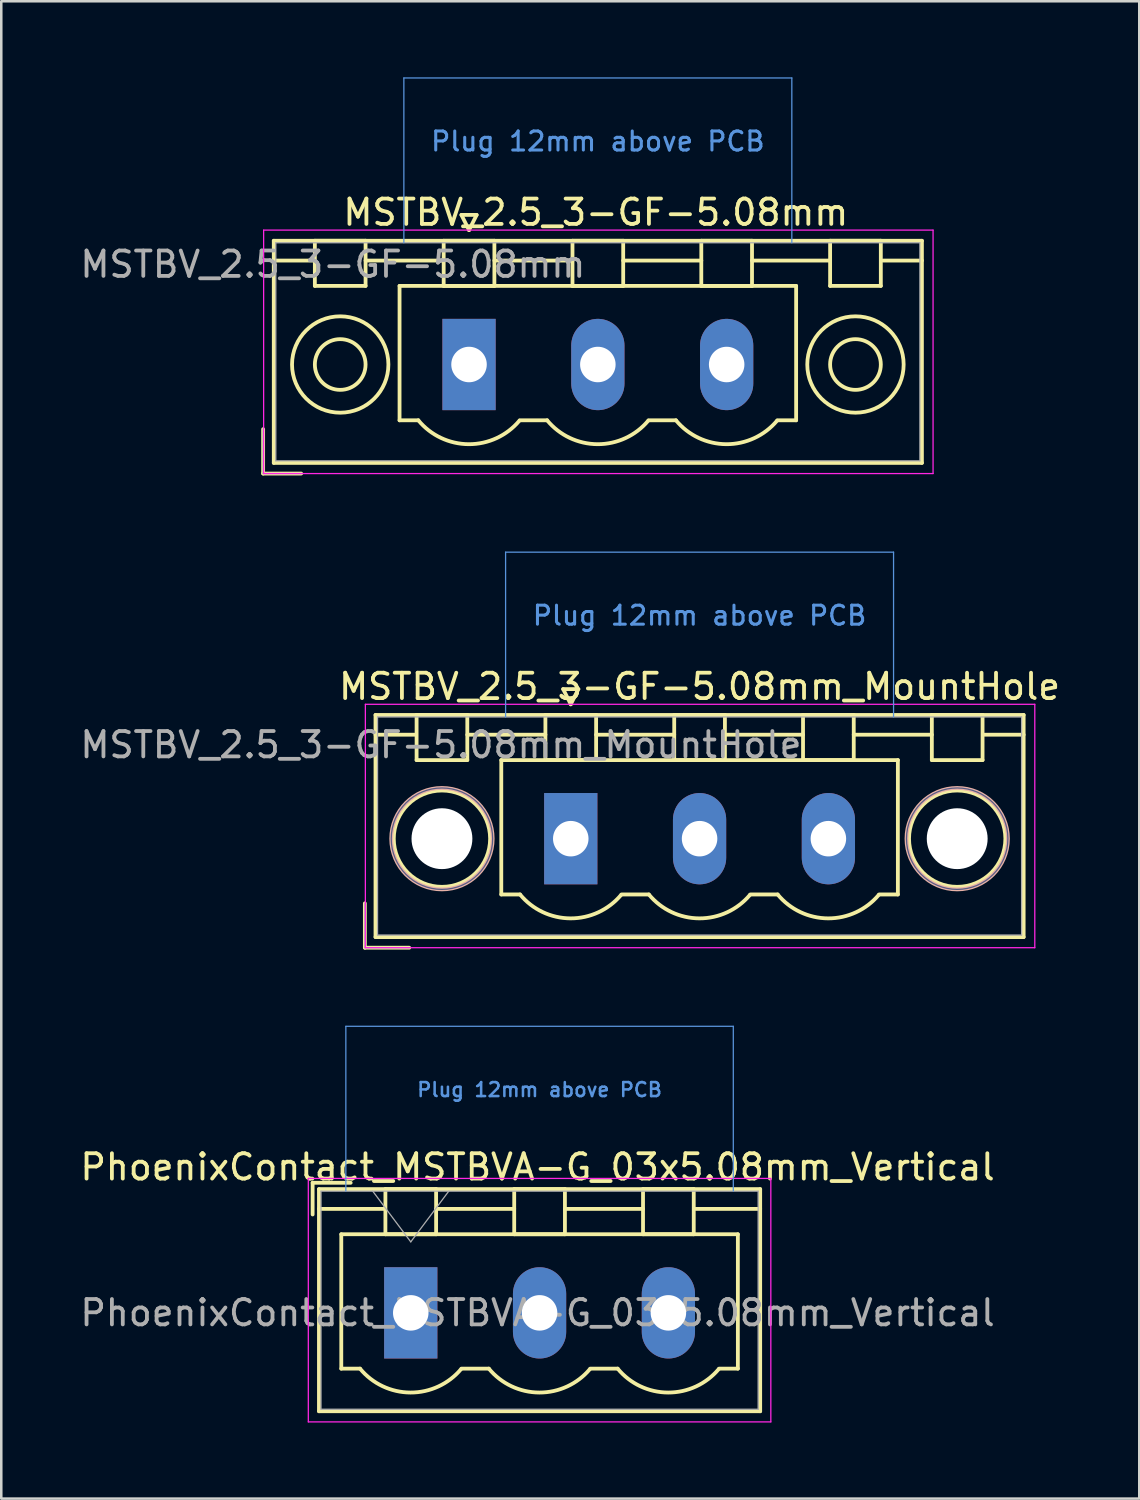
<source format=kicad_pcb>
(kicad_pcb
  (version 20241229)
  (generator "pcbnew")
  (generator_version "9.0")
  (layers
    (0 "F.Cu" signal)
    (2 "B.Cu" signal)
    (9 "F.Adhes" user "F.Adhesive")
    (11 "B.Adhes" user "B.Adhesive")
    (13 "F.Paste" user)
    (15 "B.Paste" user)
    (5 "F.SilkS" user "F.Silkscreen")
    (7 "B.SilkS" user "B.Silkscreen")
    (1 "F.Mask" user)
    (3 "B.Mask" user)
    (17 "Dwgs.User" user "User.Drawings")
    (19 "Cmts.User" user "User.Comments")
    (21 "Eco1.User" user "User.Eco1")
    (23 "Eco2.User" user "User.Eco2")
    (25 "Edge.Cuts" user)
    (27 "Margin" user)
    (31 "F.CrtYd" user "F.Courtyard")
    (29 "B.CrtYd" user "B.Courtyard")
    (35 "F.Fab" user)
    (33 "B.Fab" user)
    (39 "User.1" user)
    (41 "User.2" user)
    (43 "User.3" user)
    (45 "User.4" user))
  (footprint "MSTBV_2.5_3-GF-5.08mm_MountHole"
    (layer "F.Cu")
    (at 19.459 30.025)
    (property "Reference" "MSTBV_2.5_3-GF-5.08mm_MountHole" (at -5.12 -3.7 0) (layer "F.Fab") (effects (font (size 1 1) (thickness 0.15))))
    (attr through_hole)
    (fp_line (start -8.12 2.55) (end -8.12 4.3) (stroke (width 0.15) (type solid)) (layer "F.SilkS"))
    (fp_line (start -8.12 4.3) (end -6.37 4.3) (stroke (width 0.15) (type solid)) (layer "F.SilkS"))
    (fp_line (start -7.7 -4.88) (end -7.7 3.88) (stroke (width 0.15) (type solid)) (layer "F.SilkS"))
    (fp_line (start -7.7 -4.1) (end -6.16 -4.1) (stroke (width 0.15) (type solid)) (layer "F.SilkS"))
    (fp_line (start -7.7 3.88) (end 17.86 3.88) (stroke (width 0.15) (type solid)) (layer "F.SilkS"))
    (fp_line (start -6.08 -4.88) (end -4.08 -4.88) (stroke (width 0.15) (type solid)) (layer "F.SilkS"))
    (fp_line (start -6.08 -3.1) (end -6.08 -4.88) (stroke (width 0.15) (type solid)) (layer "F.SilkS"))
    (fp_line (start -4.08 -4.88) (end -4.08 -3.1) (stroke (width 0.15) (type solid)) (layer "F.SilkS"))
    (fp_line (start -4.08 -4.1) (end -1 -4.1) (stroke (width 0.15) (type solid)) (layer "F.SilkS"))
    (fp_line (start -4.08 -3.1) (end -6.08 -3.1) (stroke (width 0.15) (type solid)) (layer "F.SilkS"))
    (fp_line (start -2.74 -3.1) (end 12.9 -3.1) (stroke (width 0.15) (type solid)) (layer "F.SilkS"))
    (fp_line (start -2.74 2.2) (end -2.74 -3.1) (stroke (width 0.15) (type solid)) (layer "F.SilkS"))
    (fp_line (start -2 2.2) (end -2.74 2.2) (stroke (width 0.15) (type solid)) (layer "F.SilkS"))
    (fp_line (start -1 -4.88) (end 1 -4.88) (stroke (width 0.15) (type solid)) (layer "F.SilkS"))
    (fp_line (start -1 -3.1) (end -1 -4.88) (stroke (width 0.15) (type solid)) (layer "F.SilkS"))
    (fp_line (start -0.3 -5.9) (end 0 -5.3) (stroke (width 0.15) (type solid)) (layer "F.SilkS"))
    (fp_line (start 0 -5.3) (end 0.3 -5.9) (stroke (width 0.15) (type solid)) (layer "F.SilkS"))
    (fp_line (start 0.3 -5.9) (end -0.3 -5.9) (stroke (width 0.15) (type solid)) (layer "F.SilkS"))
    (fp_line (start 1 -4.88) (end 1 -3.1) (stroke (width 0.15) (type solid)) (layer "F.SilkS"))
    (fp_line (start 1 -4.1) (end 4.08 -4.1) (stroke (width 0.15) (type solid)) (layer "F.SilkS"))
    (fp_line (start 1 -3.1) (end -1 -3.1) (stroke (width 0.15) (type solid)) (layer "F.SilkS"))
    (fp_line (start 2 2.2) (end 3.08 2.2) (stroke (width 0.15) (type solid)) (layer "F.SilkS"))
    (fp_line (start 4.08 -4.88) (end 6.08 -4.88) (stroke (width 0.15) (type solid)) (layer "F.SilkS"))
    (fp_line (start 4.08 -3.1) (end 4.08 -4.88) (stroke (width 0.15) (type solid)) (layer "F.SilkS"))
    (fp_line (start 6.08 -4.88) (end 6.08 -3.1) (stroke (width 0.15) (type solid)) (layer "F.SilkS"))
    (fp_line (start 6.08 -4.1) (end 9.16 -4.1) (stroke (width 0.15) (type solid)) (layer "F.SilkS"))
    (fp_line (start 6.08 -3.1) (end 4.08 -3.1) (stroke (width 0.15) (type solid)) (layer "F.SilkS"))
    (fp_line (start 7.08 2.2) (end 8.16 2.2) (stroke (width 0.15) (type solid)) (layer "F.SilkS"))
    (fp_line (start 9.16 -4.88) (end 11.16 -4.88) (stroke (width 0.15) (type solid)) (layer "F.SilkS"))
    (fp_line (start 9.16 -3.1) (end 9.16 -4.88) (stroke (width 0.15) (type solid)) (layer "F.SilkS"))
    (fp_line (start 11.16 -4.88) (end 11.16 -3.1) (stroke (width 0.15) (type solid)) (layer "F.SilkS"))
    (fp_line (start 11.16 -4.1) (end 14.24 -4.1) (stroke (width 0.15) (type solid)) (layer "F.SilkS"))
    (fp_line (start 11.16 -3.1) (end 9.16 -3.1) (stroke (width 0.15) (type solid)) (layer "F.SilkS"))
    (fp_line (start 12.9 -3.1) (end 12.9 2.2) (stroke (width 0.15) (type solid)) (layer "F.SilkS"))
    (fp_line (start 12.9 2.2) (end 12.16 2.2) (stroke (width 0.15) (type solid)) (layer "F.SilkS"))
    (fp_line (start 14.24 -4.88) (end 16.24 -4.88) (stroke (width 0.15) (type solid)) (layer "F.SilkS"))
    (fp_line (start 14.24 -3.1) (end 14.24 -4.88) (stroke (width 0.15) (type solid)) (layer "F.SilkS"))
    (fp_line (start 16.24 -4.88) (end 16.24 -3.1) (stroke (width 0.15) (type solid)) (layer "F.SilkS"))
    (fp_line (start 16.24 -3.1) (end 14.24 -3.1) (stroke (width 0.15) (type solid)) (layer "F.SilkS"))
    (fp_line (start 17.86 -4.88) (end -7.7 -4.88) (stroke (width 0.15) (type solid)) (layer "F.SilkS"))
    (fp_line (start 17.86 -4.1) (end 16.32 -4.1) (stroke (width 0.15) (type solid)) (layer "F.SilkS"))
    (fp_line (start 17.86 3.88) (end 17.86 -4.88) (stroke (width 0.15) (type solid)) (layer "F.SilkS"))
    (fp_arc (start 1.986842 2.215821) (mid -0.010289 3.142758) (end -2 2.2) (stroke (width 0.15) (type solid)) (layer "F.SilkS"))
    (fp_arc (start 7.066842 2.215821) (mid 5.069711 3.142758) (end 3.08 2.2) (stroke (width 0.15) (type solid)) (layer "F.SilkS"))
    (fp_arc (start 12.146842 2.215821) (mid 10.149711 3.142758) (end 8.16 2.2) (stroke (width 0.15) (type solid)) (layer "F.SilkS"))
    (fp_circle (center -5.08 0) (end -3.18 0) (stroke (width 0.15) (type solid)) (fill no) (layer "F.SilkS"))
    (fp_circle (center 15.24 0) (end 17.14 0) (stroke (width 0.15) (type solid)) (fill no) (layer "F.SilkS"))
    (fp_circle (center -5.08 0) (end -3.08 0) (stroke (width 0.15) (type solid)) (fill no) (layer "B.SilkS"))
    (fp_circle (center 15.24 0) (end 17.24 0) (stroke (width 0.15) (type solid)) (fill no) (layer "B.SilkS"))
    (fp_line (start -2.57 -11.3) (end 12.73 -11.3) (stroke (width 0.05) (type solid)) (layer "Cmts.User"))
    (fp_line (start -2.57 -4.8) (end -2.57 -11.3) (stroke (width 0.05) (type solid)) (layer "Cmts.User"))
    (fp_line (start 12.73 -11.3) (end 12.73 -4.8) (stroke (width 0.05) (type solid)) (layer "Cmts.User"))
    (fp_line (start -8.1 -5.3) (end -8.1 4.3) (stroke (width 0.05) (type solid)) (layer "F.CrtYd"))
    (fp_line (start -8.1 4.3) (end 18.3 4.3) (stroke (width 0.05) (type solid)) (layer "F.CrtYd"))
    (fp_line (start 18.3 -5.3) (end -8.1 -5.3) (stroke (width 0.05) (type solid)) (layer "F.CrtYd"))
    (fp_line (start 18.3 4.3) (end 18.3 -5.3) (stroke (width 0.05) (type solid)) (layer "F.CrtYd"))
    (fp_circle (center -5.08 0) (end -3.08 0) (stroke (width 0.05) (type solid)) (fill no) (layer "B.Fab"))
    (fp_circle (center 15.24 0) (end 17.24 0) (stroke (width 0.05) (type solid)) (fill no) (layer "B.Fab"))
    (fp_line (start -8.12 2.55) (end -8.12 4.3) (stroke (width 0.05) (type solid)) (layer "F.Fab"))
    (fp_line (start -8.12 4.3) (end -6.37 4.3) (stroke (width 0.05) (type solid)) (layer "F.Fab"))
    (fp_line (start -7.62 -4.8) (end -7.62 3.8) (stroke (width 0.05) (type solid)) (layer "F.Fab"))
    (fp_line (start -7.62 3.8) (end 17.78 3.8) (stroke (width 0.05) (type solid)) (layer "F.Fab"))
    (fp_line (start 17.78 -4.8) (end -7.62 -4.8) (stroke (width 0.05) (type solid)) (layer "F.Fab"))
    (fp_line (start 17.78 3.8) (end 17.78 -4.8) (stroke (width 0.05) (type solid)) (layer "F.Fab"))
    (fp_text user "${REFERENCE}" (at 5.08 -6 0) (layer "F.SilkS") (effects (font (size 1 1) (thickness 0.15))))
    (fp_text user "Plug 12mm above PCB" (at 5.08 -8.8 0) (layer "Cmts.User") (effects (font (size 0.75 0.75) (thickness 0.12))))
    (pad "" np_thru_hole circle (at -5.08 0) (size 2.4 2.4) (drill 2.4) (layers "*.Cu" "*.Mask"))
    (pad "" np_thru_hole circle (at 15.24 0) (size 2.4 2.4) (drill 2.4) (layers "*.Cu" "*.Mask"))
    (pad "1" thru_hole rect (at 0 0) (size 2.1 3.6) (drill 1.4) (layers "*.Cu" "*.Mask"))
    (pad "2" thru_hole oval (at 5.08 0) (size 2.1 3.6) (drill 1.4) (layers "*.Cu" "*.Mask"))
    (pad "3" thru_hole oval (at 10.16 0) (size 2.1 3.6) (drill 1.4) (layers "*.Cu" "*.Mask")))
  (footprint "MSTBV_2.5_3-GF-5.08mm"
    (layer "F.Cu")
    (at 15.447 11.325)
    (property "Reference" "MSTBV_2.5_3-GF-5.08mm" (at -5.37 -3.95 0) (layer "F.Fab") (effects (font (size 1 1) (thickness 0.15))))
    (attr through_hole)
    (fp_line (start -8.12 2.55) (end -8.12 4.3) (stroke (width 0.15) (type solid)) (layer "F.SilkS"))
    (fp_line (start -8.12 4.3) (end -6.62 4.3) (stroke (width 0.15) (type solid)) (layer "F.SilkS"))
    (fp_line (start -7.7 -4.88) (end -7.7 3.88) (stroke (width 0.15) (type solid)) (layer "F.SilkS"))
    (fp_line (start -7.7 -4.1) (end -6.16 -4.1) (stroke (width 0.15) (type solid)) (layer "F.SilkS"))
    (fp_line (start -7.7 3.88) (end 17.86 3.88) (stroke (width 0.15) (type solid)) (layer "F.SilkS"))
    (fp_line (start -6.08 -4.88) (end -4.08 -4.88) (stroke (width 0.15) (type solid)) (layer "F.SilkS"))
    (fp_line (start -6.08 -3.1) (end -6.08 -4.88) (stroke (width 0.15) (type solid)) (layer "F.SilkS"))
    (fp_line (start -4.08 -4.88) (end -4.08 -3.1) (stroke (width 0.15) (type solid)) (layer "F.SilkS"))
    (fp_line (start -4.08 -4.1) (end -1 -4.1) (stroke (width 0.15) (type solid)) (layer "F.SilkS"))
    (fp_line (start -4.08 -3.1) (end -6.08 -3.1) (stroke (width 0.15) (type solid)) (layer "F.SilkS"))
    (fp_line (start -2.74 -3.1) (end 12.9 -3.1) (stroke (width 0.15) (type solid)) (layer "F.SilkS"))
    (fp_line (start -2.74 2.2) (end -2.74 -3.1) (stroke (width 0.15) (type solid)) (layer "F.SilkS"))
    (fp_line (start -2 2.2) (end -2.74 2.2) (stroke (width 0.15) (type solid)) (layer "F.SilkS"))
    (fp_line (start -1 -4.88) (end 1 -4.88) (stroke (width 0.15) (type solid)) (layer "F.SilkS"))
    (fp_line (start -1 -3.1) (end -1 -4.88) (stroke (width 0.15) (type solid)) (layer "F.SilkS"))
    (fp_line (start -0.3 -5.9) (end 0 -5.3) (stroke (width 0.15) (type solid)) (layer "F.SilkS"))
    (fp_line (start 0 -5.3) (end 0.3 -5.9) (stroke (width 0.15) (type solid)) (layer "F.SilkS"))
    (fp_line (start 0.3 -5.9) (end -0.3 -5.9) (stroke (width 0.15) (type solid)) (layer "F.SilkS"))
    (fp_line (start 1 -4.88) (end 1 -3.1) (stroke (width 0.15) (type solid)) (layer "F.SilkS"))
    (fp_line (start 1 -4.1) (end 4.08 -4.1) (stroke (width 0.15) (type solid)) (layer "F.SilkS"))
    (fp_line (start 1 -3.1) (end -1 -3.1) (stroke (width 0.15) (type solid)) (layer "F.SilkS"))
    (fp_line (start 2 2.2) (end 3.08 2.2) (stroke (width 0.15) (type solid)) (layer "F.SilkS"))
    (fp_line (start 4.08 -4.88) (end 6.08 -4.88) (stroke (width 0.15) (type solid)) (layer "F.SilkS"))
    (fp_line (start 4.08 -3.1) (end 4.08 -4.88) (stroke (width 0.15) (type solid)) (layer "F.SilkS"))
    (fp_line (start 6.08 -4.88) (end 6.08 -3.1) (stroke (width 0.15) (type solid)) (layer "F.SilkS"))
    (fp_line (start 6.08 -4.1) (end 9.16 -4.1) (stroke (width 0.15) (type solid)) (layer "F.SilkS"))
    (fp_line (start 6.08 -3.1) (end 4.08 -3.1) (stroke (width 0.15) (type solid)) (layer "F.SilkS"))
    (fp_line (start 7.08 2.2) (end 8.16 2.2) (stroke (width 0.15) (type solid)) (layer "F.SilkS"))
    (fp_line (start 9.16 -4.88) (end 11.16 -4.88) (stroke (width 0.15) (type solid)) (layer "F.SilkS"))
    (fp_line (start 9.16 -3.1) (end 9.16 -4.88) (stroke (width 0.15) (type solid)) (layer "F.SilkS"))
    (fp_line (start 11.16 -4.88) (end 11.16 -3.1) (stroke (width 0.15) (type solid)) (layer "F.SilkS"))
    (fp_line (start 11.16 -4.1) (end 14.24 -4.1) (stroke (width 0.15) (type solid)) (layer "F.SilkS"))
    (fp_line (start 11.16 -3.1) (end 9.16 -3.1) (stroke (width 0.15) (type solid)) (layer "F.SilkS"))
    (fp_line (start 12.9 -3.1) (end 12.9 2.2) (stroke (width 0.15) (type solid)) (layer "F.SilkS"))
    (fp_line (start 12.9 2.2) (end 12.16 2.2) (stroke (width 0.15) (type solid)) (layer "F.SilkS"))
    (fp_line (start 14.24 -4.88) (end 16.24 -4.88) (stroke (width 0.15) (type solid)) (layer "F.SilkS"))
    (fp_line (start 14.24 -3.1) (end 14.24 -4.88) (stroke (width 0.15) (type solid)) (layer "F.SilkS"))
    (fp_line (start 16.24 -4.88) (end 16.24 -3.1) (stroke (width 0.15) (type solid)) (layer "F.SilkS"))
    (fp_line (start 16.24 -3.1) (end 14.24 -3.1) (stroke (width 0.15) (type solid)) (layer "F.SilkS"))
    (fp_line (start 17.86 -4.88) (end -7.7 -4.88) (stroke (width 0.15) (type solid)) (layer "F.SilkS"))
    (fp_line (start 17.86 -4.1) (end 16.32 -4.1) (stroke (width 0.15) (type solid)) (layer "F.SilkS"))
    (fp_line (start 17.86 3.88) (end 17.86 -4.88) (stroke (width 0.15) (type solid)) (layer "F.SilkS"))
    (fp_arc (start 1.986842 2.215821) (mid -0.010289 3.142758) (end -2 2.2) (stroke (width 0.15) (type solid)) (layer "F.SilkS"))
    (fp_arc (start 7.066842 2.215821) (mid 5.069711 3.142758) (end 3.08 2.2) (stroke (width 0.15) (type solid)) (layer "F.SilkS"))
    (fp_arc (start 12.146842 2.215821) (mid 10.149711 3.142758) (end 8.16 2.2) (stroke (width 0.15) (type solid)) (layer "F.SilkS"))
    (fp_circle (center -5.08 0) (end -4.08 0) (stroke (width 0.15) (type solid)) (fill no) (layer "F.SilkS"))
    (fp_circle (center -5.08 0) (end -3.18 0) (stroke (width 0.15) (type solid)) (fill no) (layer "F.SilkS"))
    (fp_circle (center 15.24 0) (end 16.24 0) (stroke (width 0.15) (type solid)) (fill no) (layer "F.SilkS"))
    (fp_circle (center 15.24 0) (end 17.14 0) (stroke (width 0.15) (type solid)) (fill no) (layer "F.SilkS"))
    (fp_line (start -2.57 -11.3) (end 12.73 -11.3) (stroke (width 0.05) (type solid)) (layer "Cmts.User"))
    (fp_line (start -2.57 -4.8) (end -2.57 -11.3) (stroke (width 0.05) (type solid)) (layer "Cmts.User"))
    (fp_line (start 12.73 -11.3) (end 12.73 -4.8) (stroke (width 0.05) (type solid)) (layer "Cmts.User"))
    (fp_line (start -8.1 -5.3) (end -8.1 4.3) (stroke (width 0.05) (type solid)) (layer "F.CrtYd"))
    (fp_line (start -8.1 4.3) (end 18.3 4.3) (stroke (width 0.05) (type solid)) (layer "F.CrtYd"))
    (fp_line (start 18.3 -5.3) (end -8.1 -5.3) (stroke (width 0.05) (type solid)) (layer "F.CrtYd"))
    (fp_line (start 18.3 4.3) (end 18.3 -5.3) (stroke (width 0.05) (type solid)) (layer "F.CrtYd"))
    (fp_line (start -8.12 2.55) (end -8.12 4.3) (stroke (width 0.05) (type solid)) (layer "F.Fab"))
    (fp_line (start -8.12 4.3) (end -6.62 4.3) (stroke (width 0.05) (type solid)) (layer "F.Fab"))
    (fp_line (start -7.62 -4.8) (end -7.62 3.8) (stroke (width 0.05) (type solid)) (layer "F.Fab"))
    (fp_line (start -7.62 3.8) (end 17.78 3.8) (stroke (width 0.05) (type solid)) (layer "F.Fab"))
    (fp_line (start 17.78 -4.8) (end -7.62 -4.8) (stroke (width 0.05) (type solid)) (layer "F.Fab"))
    (fp_line (start 17.78 3.8) (end 17.78 -4.8) (stroke (width 0.05) (type solid)) (layer "F.Fab"))
    (fp_text user "${REFERENCE}" (at 5 -6 0) (layer "F.SilkS") (effects (font (size 1 1) (thickness 0.15))))
    (fp_text user "Plug 12mm above PCB" (at 5.08 -8.8 0) (layer "Cmts.User") (effects (font (size 0.75 0.75) (thickness 0.12))))
    (pad "1" thru_hole rect (at 0 0) (size 2.1 3.6) (drill 1.4) (layers "*.Cu" "*.Mask"))
    (pad "2" thru_hole oval (at 5.08 0) (size 2.1 3.6) (drill 1.4) (layers "*.Cu" "*.Mask"))
    (pad "3" thru_hole oval (at 10.16 0) (size 2.1 3.6) (drill 1.4) (layers "*.Cu" "*.Mask")))
  (footprint "PhoenixContact_MSTBVA-G_03x5.08mm_Vertical"
    (layer "F.Cu")
    (at 13.149 48.725)
    (property "Reference" "PhoenixContact_MSTBVA-G_03x5.08mm_Vertical" (at 5 0 0) (layer "F.Fab") (effects (font (size 1 1) (thickness 0.15))))
    (attr through_hole)
    (fp_line (start -3.87 -5.13) (end -3.87 -3.88) (stroke (width 0.15) (type solid)) (layer "F.SilkS"))
    (fp_line (start -3.62 -4.88) (end -3.62 3.88) (stroke (width 0.15) (type solid)) (layer "F.SilkS"))
    (fp_line (start -3.62 -4.1) (end -1.08 -4.1) (stroke (width 0.15) (type solid)) (layer "F.SilkS"))
    (fp_line (start -3.62 3.88) (end 13.78 3.88) (stroke (width 0.15) (type solid)) (layer "F.SilkS"))
    (fp_line (start -2.74 -3.1) (end 12.9 -3.1) (stroke (width 0.15) (type solid)) (layer "F.SilkS"))
    (fp_line (start -2.74 2.2) (end -2.74 -3.1) (stroke (width 0.15) (type solid)) (layer "F.SilkS"))
    (fp_line (start -2.37 -5.13) (end -3.87 -5.13) (stroke (width 0.15) (type solid)) (layer "F.SilkS"))
    (fp_line (start -2 2.2) (end -2.74 2.2) (stroke (width 0.15) (type solid)) (layer "F.SilkS"))
    (fp_line (start -1 -4.88) (end 1 -4.88) (stroke (width 0.15) (type solid)) (layer "F.SilkS"))
    (fp_line (start -1 -3.1) (end -1 -4.88) (stroke (width 0.15) (type solid)) (layer "F.SilkS"))
    (fp_line (start 1 -4.88) (end 1 -3.1) (stroke (width 0.15) (type solid)) (layer "F.SilkS"))
    (fp_line (start 1 -4.1) (end 4.08 -4.1) (stroke (width 0.15) (type solid)) (layer "F.SilkS"))
    (fp_line (start 1 -3.1) (end -1 -3.1) (stroke (width 0.15) (type solid)) (layer "F.SilkS"))
    (fp_line (start 2 2.2) (end 3.08 2.2) (stroke (width 0.15) (type solid)) (layer "F.SilkS"))
    (fp_line (start 4.08 -4.88) (end 6.08 -4.88) (stroke (width 0.15) (type solid)) (layer "F.SilkS"))
    (fp_line (start 4.08 -3.1) (end 4.08 -4.88) (stroke (width 0.15) (type solid)) (layer "F.SilkS"))
    (fp_line (start 6.08 -4.88) (end 6.08 -3.1) (stroke (width 0.15) (type solid)) (layer "F.SilkS"))
    (fp_line (start 6.08 -4.1) (end 9.16 -4.1) (stroke (width 0.15) (type solid)) (layer "F.SilkS"))
    (fp_line (start 6.08 -3.1) (end 4.08 -3.1) (stroke (width 0.15) (type solid)) (layer "F.SilkS"))
    (fp_line (start 7.08 2.2) (end 8.16 2.2) (stroke (width 0.15) (type solid)) (layer "F.SilkS"))
    (fp_line (start 9.16 -4.88) (end 11.16 -4.88) (stroke (width 0.15) (type solid)) (layer "F.SilkS"))
    (fp_line (start 9.16 -3.1) (end 9.16 -4.88) (stroke (width 0.15) (type solid)) (layer "F.SilkS"))
    (fp_line (start 11.16 -4.88) (end 11.16 -3.1) (stroke (width 0.15) (type solid)) (layer "F.SilkS"))
    (fp_line (start 11.16 -3.1) (end 9.16 -3.1) (stroke (width 0.15) (type solid)) (layer "F.SilkS"))
    (fp_line (start 12.9 -3.1) (end 12.9 2.2) (stroke (width 0.15) (type solid)) (layer "F.SilkS"))
    (fp_line (start 12.9 2.2) (end 12.16 2.2) (stroke (width 0.15) (type solid)) (layer "F.SilkS"))
    (fp_line (start 13.78 -4.88) (end -3.62 -4.88) (stroke (width 0.15) (type solid)) (layer "F.SilkS"))
    (fp_line (start 13.78 -4.1) (end 11.24 -4.1) (stroke (width 0.15) (type solid)) (layer "F.SilkS"))
    (fp_line (start 13.78 3.88) (end 13.78 -4.88) (stroke (width 0.15) (type solid)) (layer "F.SilkS"))
    (fp_arc (start 1.986842 2.215821) (mid -0.010289 3.142758) (end -2 2.2) (stroke (width 0.15) (type solid)) (layer "F.SilkS"))
    (fp_arc (start 7.066842 2.215821) (mid 5.069711 3.142758) (end 3.08 2.2) (stroke (width 0.15) (type solid)) (layer "F.SilkS"))
    (fp_arc (start 12.146842 2.215821) (mid 10.149711 3.142758) (end 8.16 2.2) (stroke (width 0.15) (type solid)) (layer "F.SilkS"))
    (fp_line (start -2.56 -11.3) (end 12.72 -11.3) (stroke (width 0.05) (type solid)) (layer "Cmts.User"))
    (fp_line (start -2.56 -4.8) (end -2.56 -11.3) (stroke (width 0.05) (type solid)) (layer "Cmts.User"))
    (fp_line (start 12.72 -11.3) (end 12.72 -4.8) (stroke (width 0.05) (type solid)) (layer "Cmts.User"))
    (fp_line (start -4.04 -5.3) (end -4.04 4.3) (stroke (width 0.05) (type solid)) (layer "F.CrtYd"))
    (fp_line (start -4.04 4.3) (end 14.2 4.3) (stroke (width 0.05) (type solid)) (layer "F.CrtYd"))
    (fp_line (start 14.2 -5.3) (end -4.04 -5.3) (stroke (width 0.05) (type solid)) (layer "F.CrtYd"))
    (fp_line (start 14.2 4.3) (end 14.2 -5.3) (stroke (width 0.05) (type solid)) (layer "F.CrtYd"))
    (fp_line (start -3.54 -4.8) (end -3.54 3.8) (stroke (width 0.05) (type solid)) (layer "F.Fab"))
    (fp_line (start -3.54 3.8) (end 13.7 3.8) (stroke (width 0.05) (type solid)) (layer "F.Fab"))
    (fp_line (start 0 -2.8) (end -1.5 -4.8) (stroke (width 0.05) (type solid)) (layer "F.Fab"))
    (fp_line (start 0 -2.8) (end 1.5 -4.8) (stroke (width 0.05) (type solid)) (layer "F.Fab"))
    (fp_line (start 13.7 -4.8) (end -3.54 -4.8) (stroke (width 0.05) (type solid)) (layer "F.Fab"))
    (fp_line (start 13.7 3.8) (end 13.7 -4.8) (stroke (width 0.05) (type solid)) (layer "F.Fab"))
    (fp_text user "${REFERENCE}" (at 5 -5.75 0) (layer "F.SilkS") (effects (font (size 1 1) (thickness 0.15))))
    (fp_text user "Plug 12mm above PCB" (at 5.08 -8.8 0) (layer "Cmts.User") (effects (font (size 0.55 0.55) (thickness 0.1))))
    (pad "1" thru_hole rect (at 0 0) (size 2.1 3.6) (drill 1.4) (layers "*.Cu" "*.Mask"))
    (pad "2" thru_hole oval (at 5.08 0) (size 2.1 3.6) (drill 1.4) (layers "*.Cu" "*.Mask"))
    (pad "3" thru_hole oval (at 10.16 0) (size 2.1 3.6) (drill 1.4) (layers "*.Cu" "*.Mask")))
  (gr_rect
    (start -3 -3)
    (end 41.879 56.05)
    (stroke (width 0.1) (type default))
    (fill no)
    (layer "Edge.Cuts")))
</source>
